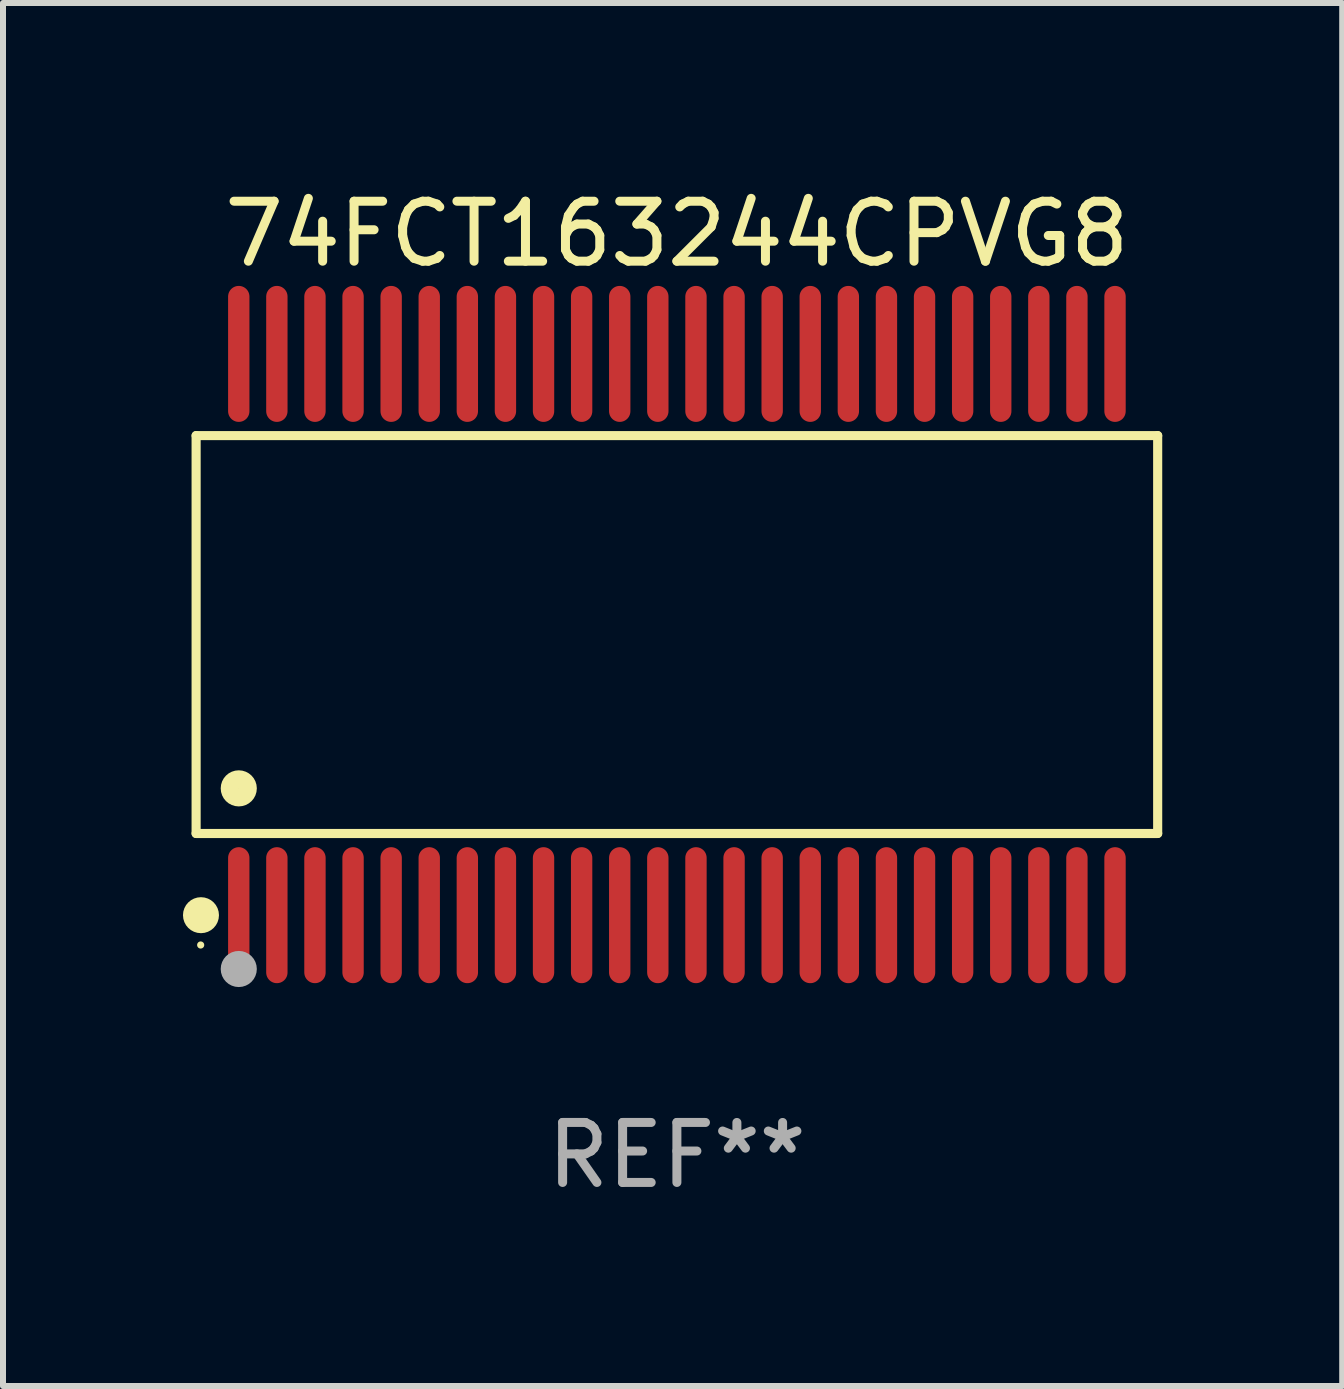
<source format=kicad_pcb>
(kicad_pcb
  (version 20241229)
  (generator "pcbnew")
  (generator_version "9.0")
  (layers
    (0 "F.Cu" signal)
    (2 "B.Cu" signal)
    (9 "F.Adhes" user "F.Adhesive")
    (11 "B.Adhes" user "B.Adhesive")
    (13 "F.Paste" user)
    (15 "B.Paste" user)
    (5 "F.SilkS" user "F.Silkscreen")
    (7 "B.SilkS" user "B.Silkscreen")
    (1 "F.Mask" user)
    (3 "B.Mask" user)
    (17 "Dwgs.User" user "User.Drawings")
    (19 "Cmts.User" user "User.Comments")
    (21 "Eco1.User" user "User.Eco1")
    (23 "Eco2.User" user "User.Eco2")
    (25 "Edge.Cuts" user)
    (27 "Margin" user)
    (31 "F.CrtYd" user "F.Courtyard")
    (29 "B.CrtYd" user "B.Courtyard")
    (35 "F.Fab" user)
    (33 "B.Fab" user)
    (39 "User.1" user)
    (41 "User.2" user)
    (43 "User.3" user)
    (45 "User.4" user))
  (footprint "74FCT163244CPVG8"
    (layer "F.Cu")
    (at 8.233 7.527)
    (property "Reference" "74FCT163244CPVG8" (at 0 -6.678 0) (layer "F.SilkS") (effects (font (size 1 1) (thickness 0.15))))
    (attr through_hole)
    (fp_line (start -8.014 -3.316) (end 8.014 -3.316) (stroke (width 0.152) (type solid)) (layer "F.SilkS"))
    (fp_line (start -8.014 3.316) (end -8.014 -3.316) (stroke (width 0.152) (type solid)) (layer "F.SilkS"))
    (fp_line (start 8.014 -3.316) (end 8.014 3.316) (stroke (width 0.152) (type solid)) (layer "F.SilkS"))
    (fp_line (start 8.014 3.316) (end -8.014 3.316) (stroke (width 0.152) (type solid)) (layer "F.SilkS"))
    (fp_circle (center -7.938 5.175) (end -7.908 5.175) (stroke (width 0.06) (type solid)) (fill no) (layer "F.SilkS"))
    (fp_circle (center -7.933 4.678) (end -7.783 4.678) (stroke (width 0.3) (type solid)) (fill no) (layer "F.SilkS"))
    (fp_circle (center -7.303 2.564) (end -7.152 2.564) (stroke (width 0.3) (type solid)) (fill no) (layer "F.SilkS"))
    (fp_circle (center -7.303 5.575) (end -7.152 5.575) (stroke (width 0.3) (type solid)) (fill no) (layer "F.Fab"))
    (fp_text user "REF**" (at 0 8.678 0) (layer "F.Fab") (effects (font (size 1 1) (thickness 0.15))))
    (pad "1" smd oval (at -7.303 4.678) (size 0.356 2.267) (layers "F.Cu" "F.Mask" "F.Paste"))
    (pad "2" smd oval (at -6.668 4.678) (size 0.356 2.267) (layers "F.Cu" "F.Mask" "F.Paste"))
    (pad "3" smd oval (at -6.033 4.678) (size 0.356 2.267) (layers "F.Cu" "F.Mask" "F.Paste"))
    (pad "4" smd oval (at -5.398 4.678) (size 0.356 2.267) (layers "F.Cu" "F.Mask" "F.Paste"))
    (pad "5" smd oval (at -4.763 4.678) (size 0.356 2.267) (layers "F.Cu" "F.Mask" "F.Paste"))
    (pad "6" smd oval (at -4.128 4.678) (size 0.356 2.267) (layers "F.Cu" "F.Mask" "F.Paste"))
    (pad "7" smd oval (at -3.493 4.678) (size 0.356 2.267) (layers "F.Cu" "F.Mask" "F.Paste"))
    (pad "8" smd oval (at -2.858 4.678) (size 0.356 2.267) (layers "F.Cu" "F.Mask" "F.Paste"))
    (pad "9" smd oval (at -2.223 4.678) (size 0.356 2.267) (layers "F.Cu" "F.Mask" "F.Paste"))
    (pad "10" smd oval (at -1.588 4.678) (size 0.356 2.267) (layers "F.Cu" "F.Mask" "F.Paste"))
    (pad "11" smd oval (at -0.953 4.678) (size 0.356 2.267) (layers "F.Cu" "F.Mask" "F.Paste"))
    (pad "12" smd oval (at -0.318 4.678) (size 0.356 2.267) (layers "F.Cu" "F.Mask" "F.Paste"))
    (pad "13" smd oval (at 0.318 4.678) (size 0.356 2.267) (layers "F.Cu" "F.Mask" "F.Paste"))
    (pad "14" smd oval (at 0.953 4.678) (size 0.356 2.267) (layers "F.Cu" "F.Mask" "F.Paste"))
    (pad "15" smd oval (at 1.588 4.678) (size 0.356 2.267) (layers "F.Cu" "F.Mask" "F.Paste"))
    (pad "16" smd oval (at 2.223 4.678) (size 0.356 2.267) (layers "F.Cu" "F.Mask" "F.Paste"))
    (pad "17" smd oval (at 2.858 4.678) (size 0.356 2.267) (layers "F.Cu" "F.Mask" "F.Paste"))
    (pad "18" smd oval (at 3.493 4.678) (size 0.356 2.267) (layers "F.Cu" "F.Mask" "F.Paste"))
    (pad "19" smd oval (at 4.128 4.678) (size 0.356 2.267) (layers "F.Cu" "F.Mask" "F.Paste"))
    (pad "20" smd oval (at 4.763 4.678) (size 0.356 2.267) (layers "F.Cu" "F.Mask" "F.Paste"))
    (pad "21" smd oval (at 5.398 4.678) (size 0.356 2.267) (layers "F.Cu" "F.Mask" "F.Paste"))
    (pad "22" smd oval (at 6.033 4.678) (size 0.356 2.267) (layers "F.Cu" "F.Mask" "F.Paste"))
    (pad "23" smd oval (at 6.668 4.678) (size 0.356 2.267) (layers "F.Cu" "F.Mask" "F.Paste"))
    (pad "24" smd oval (at 7.303 4.678) (size 0.356 2.267) (layers "F.Cu" "F.Mask" "F.Paste"))
    (pad "25" smd oval (at 7.303 -4.678) (size 0.356 2.267) (layers "F.Cu" "F.Mask" "F.Paste"))
    (pad "26" smd oval (at 6.668 -4.678) (size 0.356 2.267) (layers "F.Cu" "F.Mask" "F.Paste"))
    (pad "27" smd oval (at 6.033 -4.678) (size 0.356 2.267) (layers "F.Cu" "F.Mask" "F.Paste"))
    (pad "28" smd oval (at 5.398 -4.678) (size 0.356 2.267) (layers "F.Cu" "F.Mask" "F.Paste"))
    (pad "29" smd oval (at 4.763 -4.678) (size 0.356 2.267) (layers "F.Cu" "F.Mask" "F.Paste"))
    (pad "30" smd oval (at 4.128 -4.678) (size 0.356 2.267) (layers "F.Cu" "F.Mask" "F.Paste"))
    (pad "31" smd oval (at 3.493 -4.678) (size 0.356 2.267) (layers "F.Cu" "F.Mask" "F.Paste"))
    (pad "32" smd oval (at 2.858 -4.678) (size 0.356 2.267) (layers "F.Cu" "F.Mask" "F.Paste"))
    (pad "33" smd oval (at 2.223 -4.678) (size 0.356 2.267) (layers "F.Cu" "F.Mask" "F.Paste"))
    (pad "34" smd oval (at 1.588 -4.678) (size 0.356 2.267) (layers "F.Cu" "F.Mask" "F.Paste"))
    (pad "35" smd oval (at 0.953 -4.678) (size 0.356 2.267) (layers "F.Cu" "F.Mask" "F.Paste"))
    (pad "36" smd oval (at 0.318 -4.678) (size 0.356 2.267) (layers "F.Cu" "F.Mask" "F.Paste"))
    (pad "37" smd oval (at -0.318 -4.678) (size 0.356 2.267) (layers "F.Cu" "F.Mask" "F.Paste"))
    (pad "38" smd oval (at -0.953 -4.678) (size 0.356 2.267) (layers "F.Cu" "F.Mask" "F.Paste"))
    (pad "39" smd oval (at -1.588 -4.678) (size 0.356 2.267) (layers "F.Cu" "F.Mask" "F.Paste"))
    (pad "40" smd oval (at -2.223 -4.678) (size 0.356 2.267) (layers "F.Cu" "F.Mask" "F.Paste"))
    (pad "41" smd oval (at -2.858 -4.678) (size 0.356 2.267) (layers "F.Cu" "F.Mask" "F.Paste"))
    (pad "42" smd oval (at -3.493 -4.678) (size 0.356 2.267) (layers "F.Cu" "F.Mask" "F.Paste"))
    (pad "43" smd oval (at -4.128 -4.678) (size 0.356 2.267) (layers "F.Cu" "F.Mask" "F.Paste"))
    (pad "44" smd oval (at -4.763 -4.678) (size 0.356 2.267) (layers "F.Cu" "F.Mask" "F.Paste"))
    (pad "45" smd oval (at -5.398 -4.678) (size 0.356 2.267) (layers "F.Cu" "F.Mask" "F.Paste"))
    (pad "46" smd oval (at -6.033 -4.678) (size 0.356 2.267) (layers "F.Cu" "F.Mask" "F.Paste"))
    (pad "47" smd oval (at -6.668 -4.678) (size 0.356 2.267) (layers "F.Cu" "F.Mask" "F.Paste"))
    (pad "48" smd oval (at -7.303 -4.678) (size 0.356 2.267) (layers "F.Cu" "F.Mask" "F.Paste")))
  (gr_rect
    (start -3 -3)
    (end 19.323 20.053)
    (stroke (width 0.1) (type default))
    (fill no)
    (layer "Edge.Cuts")))
</source>
